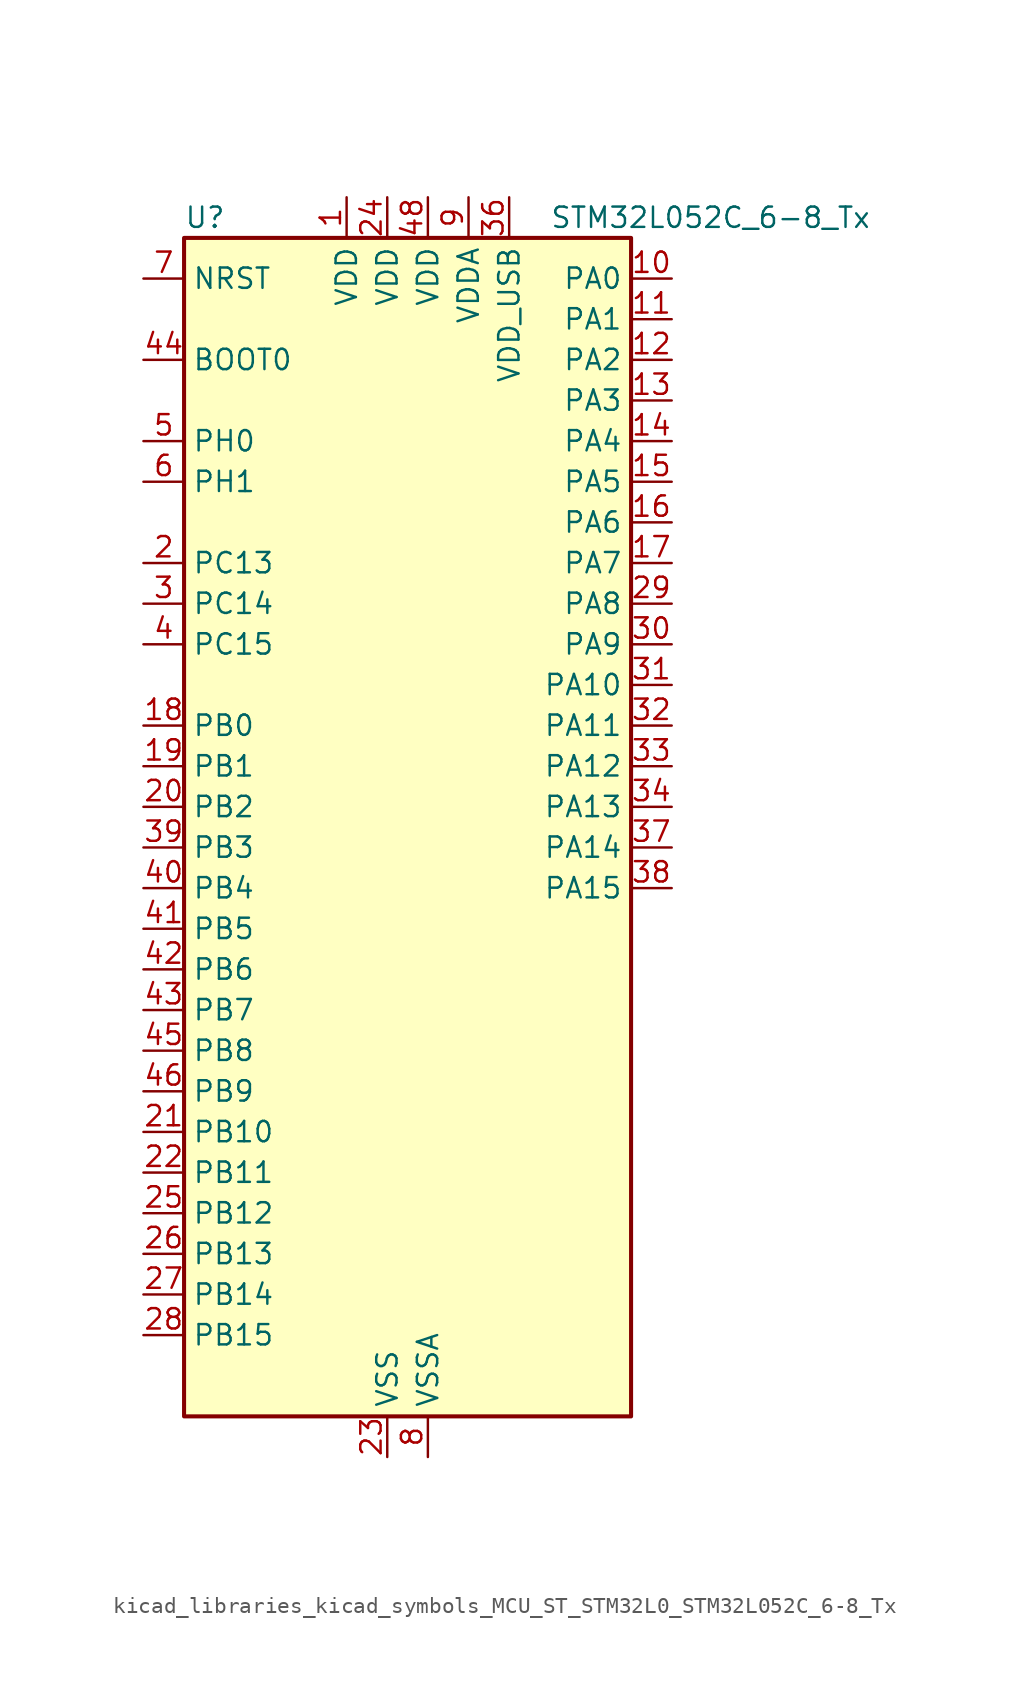
<source format=kicad_sym>
(kicad_symbol_lib
  (version 20220914)
  (generator kicad_symbol_editor)
  (symbol "kicad_libraries_kicad_symbols_MCU_ST_STM32L0_STM32L052C_6-8_Tx"
    (property "Reference" "U"
      (at -12.7 39.37 0)
      (effects (font (size 1.27 1.27)) (justify left)))
    (property "Value" "STM32L052C_6-8_Tx"
      (at 10.16 39.37 0)
      (effects (font (size 1.27 1.27)) (justify left)))
    (property "ki_locked" ""
      (at 0 0 0)
      (effects (font (size 1.27 1.27))))
    (symbol "kicad_libraries_kicad_symbols_MCU_ST_STM32L0_STM32L052C_6-8_Tx_0_1"
      (rectangle (start -12.7 -35.56) (end 15.24 38.1) (stroke (width 0.254) (type default)) (fill (type background))))
    (symbol "kicad_libraries_kicad_symbols_MCU_ST_STM32L0_STM32L052C_6-8_Tx_1_1"
      (pin power_in line (at -2.54 40.64 270) (length 2.54) (name "VDD" (effects (font (size 1.27 1.27)))) (number "1" (effects (font (size 1.27 1.27)))))
      (pin bidirectional line (at 17.78 35.56 180) (length 2.54) (name "PA0" (effects (font (size 1.27 1.27)))) (number "10" (effects (font (size 1.27 1.27)))) (alternate "ADC_IN0" bidirectional line) (alternate "COMP1_INM" bidirectional line) (alternate "COMP1_OUT" bidirectional line) (alternate "RTC_TAMP2" bidirectional line) (alternate "SYS_WKUP1" bidirectional line) (alternate "TIM2_CH1" bidirectional line) (alternate "TIM2_ETR" bidirectional line) (alternate "TSC_G1_IO1" bidirectional line) (alternate "USART2_CTS" bidirectional line))
      (pin bidirectional line (at 17.78 33.02 180) (length 2.54) (name "PA1" (effects (font (size 1.27 1.27)))) (number "11" (effects (font (size 1.27 1.27)))) (alternate "ADC_IN1" bidirectional line) (alternate "COMP1_INP" bidirectional line) (alternate "TIM21_ETR" bidirectional line) (alternate "TIM2_CH2" bidirectional line) (alternate "TSC_G1_IO2" bidirectional line) (alternate "USART2_DE" bidirectional line) (alternate "USART2_RTS" bidirectional line))
      (pin bidirectional line (at 17.78 30.48 180) (length 2.54) (name "PA2" (effects (font (size 1.27 1.27)))) (number "12" (effects (font (size 1.27 1.27)))) (alternate "ADC_IN2" bidirectional line) (alternate "COMP2_INM" bidirectional line) (alternate "COMP2_OUT" bidirectional line) (alternate "TIM21_CH1" bidirectional line) (alternate "TIM2_CH3" bidirectional line) (alternate "TSC_G1_IO3" bidirectional line) (alternate "USART2_TX" bidirectional line))
      (pin bidirectional line (at 17.78 27.94 180) (length 2.54) (name "PA3" (effects (font (size 1.27 1.27)))) (number "13" (effects (font (size 1.27 1.27)))) (alternate "ADC_IN3" bidirectional line) (alternate "COMP2_INP" bidirectional line) (alternate "TIM21_CH2" bidirectional line) (alternate "TIM2_CH4" bidirectional line) (alternate "TSC_G1_IO4" bidirectional line) (alternate "USART2_RX" bidirectional line))
      (pin bidirectional line (at 17.78 25.4 180) (length 2.54) (name "PA4" (effects (font (size 1.27 1.27)))) (number "14" (effects (font (size 1.27 1.27)))) (alternate "ADC_IN4" bidirectional line) (alternate "COMP1_INM" bidirectional line) (alternate "COMP2_INM" bidirectional line) (alternate "DAC_OUT1" bidirectional line) (alternate "SPI1_NSS" bidirectional line) (alternate "TIM22_ETR" bidirectional line) (alternate "TSC_G2_IO1" bidirectional line) (alternate "USART2_CK" bidirectional line))
      (pin bidirectional line (at 17.78 22.86 180) (length 2.54) (name "PA5" (effects (font (size 1.27 1.27)))) (number "15" (effects (font (size 1.27 1.27)))) (alternate "ADC_IN5" bidirectional line) (alternate "COMP1_INM" bidirectional line) (alternate "COMP2_INM" bidirectional line) (alternate "SPI1_SCK" bidirectional line) (alternate "TIM2_CH1" bidirectional line) (alternate "TIM2_ETR" bidirectional line) (alternate "TSC_G2_IO2" bidirectional line))
      (pin bidirectional line (at 17.78 20.32 180) (length 2.54) (name "PA6" (effects (font (size 1.27 1.27)))) (number "16" (effects (font (size 1.27 1.27)))) (alternate "ADC_IN6" bidirectional line) (alternate "COMP1_OUT" bidirectional line) (alternate "LPUART1_CTS" bidirectional line) (alternate "SPI1_MISO" bidirectional line) (alternate "TIM22_CH1" bidirectional line) (alternate "TSC_G2_IO3" bidirectional line))
      (pin bidirectional line (at 17.78 17.78 180) (length 2.54) (name "PA7" (effects (font (size 1.27 1.27)))) (number "17" (effects (font (size 1.27 1.27)))) (alternate "ADC_IN7" bidirectional line) (alternate "COMP2_OUT" bidirectional line) (alternate "SPI1_MOSI" bidirectional line) (alternate "TIM22_CH2" bidirectional line) (alternate "TSC_G2_IO4" bidirectional line))
      (pin bidirectional line (at -15.24 7.62 0) (length 2.54) (name "PB0" (effects (font (size 1.27 1.27)))) (number "18" (effects (font (size 1.27 1.27)))) (alternate "ADC_IN8" bidirectional line) (alternate "SYS_VREF_OUT_PB0" bidirectional line) (alternate "TSC_G3_IO2" bidirectional line))
      (pin bidirectional line (at -15.24 5.08 0) (length 2.54) (name "PB1" (effects (font (size 1.27 1.27)))) (number "19" (effects (font (size 1.27 1.27)))) (alternate "ADC_IN9" bidirectional line) (alternate "LPUART1_DE" bidirectional line) (alternate "LPUART1_RTS" bidirectional line) (alternate "SYS_VREF_OUT_PB1" bidirectional line) (alternate "TSC_G3_IO3" bidirectional line))
      (pin bidirectional line (at -15.24 17.78 0) (length 2.54) (name "PC13" (effects (font (size 1.27 1.27)))) (number "2" (effects (font (size 1.27 1.27)))) (alternate "RTC_OUT_ALARM" bidirectional line) (alternate "RTC_OUT_CALIB" bidirectional line) (alternate "RTC_TAMP1" bidirectional line) (alternate "RTC_TS" bidirectional line) (alternate "SYS_WKUP2" bidirectional line))
      (pin bidirectional line (at -15.24 2.54 0) (length 2.54) (name "PB2" (effects (font (size 1.27 1.27)))) (number "20" (effects (font (size 1.27 1.27)))) (alternate "LPTIM1_OUT" bidirectional line) (alternate "TSC_G3_IO4" bidirectional line))
      (pin bidirectional line (at -15.24 -17.78 0) (length 2.54) (name "PB10" (effects (font (size 1.27 1.27)))) (number "21" (effects (font (size 1.27 1.27)))) (alternate "I2C2_SCL" bidirectional line) (alternate "LPUART1_TX" bidirectional line) (alternate "SPI2_SCK" bidirectional line) (alternate "TIM2_CH3" bidirectional line) (alternate "TSC_SYNC" bidirectional line))
      (pin bidirectional line (at -15.24 -20.32 0) (length 2.54) (name "PB11" (effects (font (size 1.27 1.27)))) (number "22" (effects (font (size 1.27 1.27)))) (alternate "ADC_EXTI11" bidirectional line) (alternate "I2C2_SDA" bidirectional line) (alternate "LPUART1_RX" bidirectional line) (alternate "TIM2_CH4" bidirectional line) (alternate "TSC_G6_IO1" bidirectional line))
      (pin power_in line (at 0 -38.1 90) (length 2.54) (name "VSS" (effects (font (size 1.27 1.27)))) (number "23" (effects (font (size 1.27 1.27)))))
      (pin power_in line (at 0 40.64 270) (length 2.54) (name "VDD" (effects (font (size 1.27 1.27)))) (number "24" (effects (font (size 1.27 1.27)))))
      (pin bidirectional line (at -15.24 -22.86 0) (length 2.54) (name "PB12" (effects (font (size 1.27 1.27)))) (number "25" (effects (font (size 1.27 1.27)))) (alternate "I2S2_WS" bidirectional line) (alternate "LPUART1_DE" bidirectional line) (alternate "LPUART1_RTS" bidirectional line) (alternate "SPI2_NSS" bidirectional line) (alternate "TSC_G6_IO2" bidirectional line))
      (pin bidirectional line (at -15.24 -25.4 0) (length 2.54) (name "PB13" (effects (font (size 1.27 1.27)))) (number "26" (effects (font (size 1.27 1.27)))) (alternate "I2C2_SCL" bidirectional line) (alternate "I2S2_CK" bidirectional line) (alternate "LPUART1_CTS" bidirectional line) (alternate "SPI2_SCK" bidirectional line) (alternate "TIM21_CH1" bidirectional line) (alternate "TSC_G6_IO3" bidirectional line))
      (pin bidirectional line (at -15.24 -27.94 0) (length 2.54) (name "PB14" (effects (font (size 1.27 1.27)))) (number "27" (effects (font (size 1.27 1.27)))) (alternate "I2C2_SDA" bidirectional line) (alternate "I2S2_MCK" bidirectional line) (alternate "LPUART1_DE" bidirectional line) (alternate "LPUART1_RTS" bidirectional line) (alternate "RTC_OUT_ALARM" bidirectional line) (alternate "RTC_OUT_CALIB" bidirectional line) (alternate "SPI2_MISO" bidirectional line) (alternate "TIM21_CH2" bidirectional line) (alternate "TSC_G6_IO4" bidirectional line))
      (pin bidirectional line (at -15.24 -30.48 0) (length 2.54) (name "PB15" (effects (font (size 1.27 1.27)))) (number "28" (effects (font (size 1.27 1.27)))) (alternate "I2S2_SD" bidirectional line) (alternate "RTC_REFIN" bidirectional line) (alternate "SPI2_MOSI" bidirectional line))
      (pin bidirectional line (at 17.78 15.24 180) (length 2.54) (name "PA8" (effects (font (size 1.27 1.27)))) (number "29" (effects (font (size 1.27 1.27)))) (alternate "CRS_SYNC" bidirectional line) (alternate "RCC_MCO" bidirectional line) (alternate "USART1_CK" bidirectional line))
      (pin bidirectional line (at -15.24 15.24 0) (length 2.54) (name "PC14" (effects (font (size 1.27 1.27)))) (number "3" (effects (font (size 1.27 1.27)))) (alternate "RCC_OSC32_IN" bidirectional line))
      (pin bidirectional line (at 17.78 12.7 180) (length 2.54) (name "PA9" (effects (font (size 1.27 1.27)))) (number "30" (effects (font (size 1.27 1.27)))) (alternate "DAC_EXTI9" bidirectional line) (alternate "RCC_MCO" bidirectional line) (alternate "TSC_G4_IO1" bidirectional line) (alternate "USART1_TX" bidirectional line))
      (pin bidirectional line (at 17.78 10.16 180) (length 2.54) (name "PA10" (effects (font (size 1.27 1.27)))) (number "31" (effects (font (size 1.27 1.27)))) (alternate "TSC_G4_IO2" bidirectional line) (alternate "USART1_RX" bidirectional line))
      (pin bidirectional line (at 17.78 7.62 180) (length 2.54) (name "PA11" (effects (font (size 1.27 1.27)))) (number "32" (effects (font (size 1.27 1.27)))) (alternate "ADC_EXTI11" bidirectional line) (alternate "COMP1_OUT" bidirectional line) (alternate "SPI1_MISO" bidirectional line) (alternate "TSC_G4_IO3" bidirectional line) (alternate "USART1_CTS" bidirectional line) (alternate "USB_DM" bidirectional line))
      (pin bidirectional line (at 17.78 5.08 180) (length 2.54) (name "PA12" (effects (font (size 1.27 1.27)))) (number "33" (effects (font (size 1.27 1.27)))) (alternate "COMP2_OUT" bidirectional line) (alternate "SPI1_MOSI" bidirectional line) (alternate "TSC_G4_IO4" bidirectional line) (alternate "USART1_DE" bidirectional line) (alternate "USART1_RTS" bidirectional line) (alternate "USB_DP" bidirectional line))
      (pin bidirectional line (at 17.78 2.54 180) (length 2.54) (name "PA13" (effects (font (size 1.27 1.27)))) (number "34" (effects (font (size 1.27 1.27)))) (alternate "SYS_SWDIO" bidirectional line) (alternate "USB_NOE" bidirectional line))
      (pin passive line (at 0 -38.1 90) (length 2.54) hide (name "VSS" (effects (font (size 1.27 1.27)))) (number "35" (effects (font (size 1.27 1.27)))))
      (pin power_in line (at 7.62 40.64 270) (length 2.54) (name "VDD_USB" (effects (font (size 1.27 1.27)))) (number "36" (effects (font (size 1.27 1.27)))))
      (pin bidirectional line (at 17.78 0 180) (length 2.54) (name "PA14" (effects (font (size 1.27 1.27)))) (number "37" (effects (font (size 1.27 1.27)))) (alternate "SYS_SWCLK" bidirectional line) (alternate "USART2_TX" bidirectional line))
      (pin bidirectional line (at 17.78 -2.54 180) (length 2.54) (name "PA15" (effects (font (size 1.27 1.27)))) (number "38" (effects (font (size 1.27 1.27)))) (alternate "SPI1_NSS" bidirectional line) (alternate "TIM2_CH1" bidirectional line) (alternate "TIM2_ETR" bidirectional line) (alternate "USART2_RX" bidirectional line))
      (pin bidirectional line (at -15.24 0 0) (length 2.54) (name "PB3" (effects (font (size 1.27 1.27)))) (number "39" (effects (font (size 1.27 1.27)))) (alternate "COMP2_INM" bidirectional line) (alternate "SPI1_SCK" bidirectional line) (alternate "TIM2_CH2" bidirectional line) (alternate "TSC_G5_IO1" bidirectional line))
      (pin bidirectional line (at -15.24 12.7 0) (length 2.54) (name "PC15" (effects (font (size 1.27 1.27)))) (number "4" (effects (font (size 1.27 1.27)))) (alternate "RCC_OSC32_OUT" bidirectional line))
      (pin bidirectional line (at -15.24 -2.54 0) (length 2.54) (name "PB4" (effects (font (size 1.27 1.27)))) (number "40" (effects (font (size 1.27 1.27)))) (alternate "COMP2_INP" bidirectional line) (alternate "SPI1_MISO" bidirectional line) (alternate "TIM22_CH1" bidirectional line) (alternate "TSC_G5_IO2" bidirectional line))
      (pin bidirectional line (at -15.24 -5.08 0) (length 2.54) (name "PB5" (effects (font (size 1.27 1.27)))) (number "41" (effects (font (size 1.27 1.27)))) (alternate "COMP2_INP" bidirectional line) (alternate "I2C1_SMBA" bidirectional line) (alternate "LPTIM1_IN1" bidirectional line) (alternate "SPI1_MOSI" bidirectional line) (alternate "TIM22_CH2" bidirectional line))
      (pin bidirectional line (at -15.24 -7.62 0) (length 2.54) (name "PB6" (effects (font (size 1.27 1.27)))) (number "42" (effects (font (size 1.27 1.27)))) (alternate "COMP2_INP" bidirectional line) (alternate "I2C1_SCL" bidirectional line) (alternate "LPTIM1_ETR" bidirectional line) (alternate "TSC_G5_IO3" bidirectional line) (alternate "USART1_TX" bidirectional line))
      (pin bidirectional line (at -15.24 -10.16 0) (length 2.54) (name "PB7" (effects (font (size 1.27 1.27)))) (number "43" (effects (font (size 1.27 1.27)))) (alternate "COMP2_INP" bidirectional line) (alternate "I2C1_SDA" bidirectional line) (alternate "LPTIM1_IN2" bidirectional line) (alternate "SYS_PVD_IN" bidirectional line) (alternate "TSC_G5_IO4" bidirectional line) (alternate "USART1_RX" bidirectional line))
      (pin input line (at -15.24 30.48 0) (length 2.54) (name "BOOT0" (effects (font (size 1.27 1.27)))) (number "44" (effects (font (size 1.27 1.27)))))
      (pin bidirectional line (at -15.24 -12.7 0) (length 2.54) (name "PB8" (effects (font (size 1.27 1.27)))) (number "45" (effects (font (size 1.27 1.27)))) (alternate "I2C1_SCL" bidirectional line) (alternate "TSC_SYNC" bidirectional line))
      (pin bidirectional line (at -15.24 -15.24 0) (length 2.54) (name "PB9" (effects (font (size 1.27 1.27)))) (number "46" (effects (font (size 1.27 1.27)))) (alternate "DAC_EXTI9" bidirectional line) (alternate "I2C1_SDA" bidirectional line) (alternate "I2S2_WS" bidirectional line) (alternate "SPI2_NSS" bidirectional line))
      (pin passive line (at 0 -38.1 90) (length 2.54) hide (name "VSS" (effects (font (size 1.27 1.27)))) (number "47" (effects (font (size 1.27 1.27)))))
      (pin power_in line (at 2.54 40.64 270) (length 2.54) (name "VDD" (effects (font (size 1.27 1.27)))) (number "48" (effects (font (size 1.27 1.27)))))
      (pin bidirectional line (at -15.24 25.4 0) (length 2.54) (name "PH0" (effects (font (size 1.27 1.27)))) (number "5" (effects (font (size 1.27 1.27)))) (alternate "CRS_SYNC" bidirectional line) (alternate "RCC_OSC_IN" bidirectional line))
      (pin bidirectional line (at -15.24 22.86 0) (length 2.54) (name "PH1" (effects (font (size 1.27 1.27)))) (number "6" (effects (font (size 1.27 1.27)))) (alternate "RCC_OSC_OUT" bidirectional line))
      (pin input line (at -15.24 35.56 0) (length 2.54) (name "NRST" (effects (font (size 1.27 1.27)))) (number "7" (effects (font (size 1.27 1.27)))))
      (pin power_in line (at 2.54 -38.1 90) (length 2.54) (name "VSSA" (effects (font (size 1.27 1.27)))) (number "8" (effects (font (size 1.27 1.27)))))
      (pin power_in line (at 5.08 40.64 270) (length 2.54) (name "VDDA" (effects (font (size 1.27 1.27)))) (number "9" (effects (font (size 1.27 1.27))))))))
</source>
